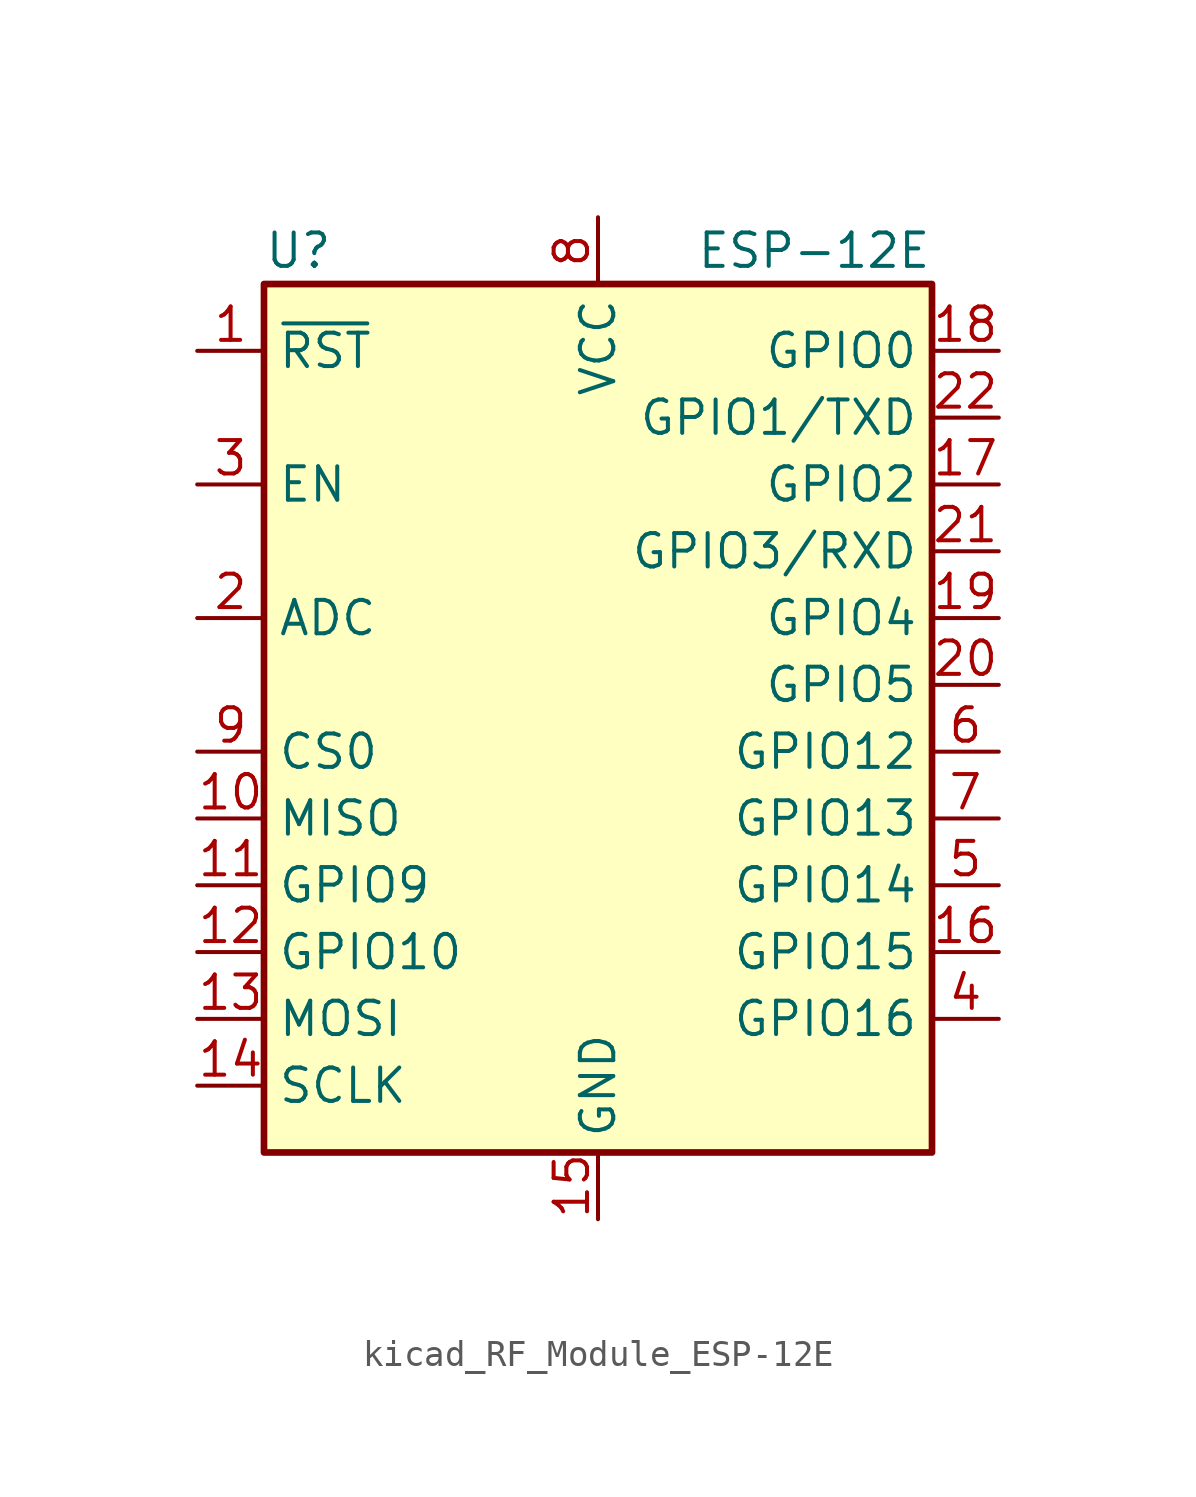
<source format=kicad_sym>
(kicad_symbol_lib
  (version 20220914)
  (generator kicad_symbol_editor)
  (symbol "kicad_RF_Module_ESP-12E"
    (property "Reference" "U"
      (at -12.7 19.05 0)
      (effects (font (size 1.27 1.27)) (justify left)))
    (property "Value" "ESP-12E"
      (at 12.7 19.05 0)
      (effects (font (size 1.27 1.27)) (justify right)))
    (symbol "kicad_RF_Module_ESP-12E_0_1"
      (rectangle (start -12.7 17.78) (end 12.7 -15.24) (stroke (width 0.254) (type default)) (fill (type background))))
    (symbol "kicad_RF_Module_ESP-12E_1_1"
      (pin input line (at -15.24 15.24 0) (length 2.54) (name "~{RST}" (effects (font (size 1.27 1.27)))) (number "1" (effects (font (size 1.27 1.27)))))
      (pin bidirectional line (at -15.24 -2.54 0) (length 2.54) (name "MISO" (effects (font (size 1.27 1.27)))) (number "10" (effects (font (size 1.27 1.27)))))
      (pin bidirectional line (at -15.24 -5.08 0) (length 2.54) (name "GPIO9" (effects (font (size 1.27 1.27)))) (number "11" (effects (font (size 1.27 1.27)))))
      (pin bidirectional line (at -15.24 -7.62 0) (length 2.54) (name "GPIO10" (effects (font (size 1.27 1.27)))) (number "12" (effects (font (size 1.27 1.27)))))
      (pin bidirectional line (at -15.24 -10.16 0) (length 2.54) (name "MOSI" (effects (font (size 1.27 1.27)))) (number "13" (effects (font (size 1.27 1.27)))))
      (pin bidirectional line (at -15.24 -12.7 0) (length 2.54) (name "SCLK" (effects (font (size 1.27 1.27)))) (number "14" (effects (font (size 1.27 1.27)))))
      (pin power_in line (at 0 -17.78 90) (length 2.54) (name "GND" (effects (font (size 1.27 1.27)))) (number "15" (effects (font (size 1.27 1.27)))))
      (pin bidirectional line (at 15.24 -7.62 180) (length 2.54) (name "GPIO15" (effects (font (size 1.27 1.27)))) (number "16" (effects (font (size 1.27 1.27)))))
      (pin bidirectional line (at 15.24 10.16 180) (length 2.54) (name "GPIO2" (effects (font (size 1.27 1.27)))) (number "17" (effects (font (size 1.27 1.27)))))
      (pin bidirectional line (at 15.24 15.24 180) (length 2.54) (name "GPIO0" (effects (font (size 1.27 1.27)))) (number "18" (effects (font (size 1.27 1.27)))))
      (pin bidirectional line (at 15.24 5.08 180) (length 2.54) (name "GPIO4" (effects (font (size 1.27 1.27)))) (number "19" (effects (font (size 1.27 1.27)))))
      (pin input line (at -15.24 5.08 0) (length 2.54) (name "ADC" (effects (font (size 1.27 1.27)))) (number "2" (effects (font (size 1.27 1.27)))))
      (pin bidirectional line (at 15.24 2.54 180) (length 2.54) (name "GPIO5" (effects (font (size 1.27 1.27)))) (number "20" (effects (font (size 1.27 1.27)))))
      (pin bidirectional line (at 15.24 7.62 180) (length 2.54) (name "GPIO3/RXD" (effects (font (size 1.27 1.27)))) (number "21" (effects (font (size 1.27 1.27)))))
      (pin bidirectional line (at 15.24 12.7 180) (length 2.54) (name "GPIO1/TXD" (effects (font (size 1.27 1.27)))) (number "22" (effects (font (size 1.27 1.27)))))
      (pin input line (at -15.24 10.16 0) (length 2.54) (name "EN" (effects (font (size 1.27 1.27)))) (number "3" (effects (font (size 1.27 1.27)))))
      (pin bidirectional line (at 15.24 -10.16 180) (length 2.54) (name "GPIO16" (effects (font (size 1.27 1.27)))) (number "4" (effects (font (size 1.27 1.27)))))
      (pin bidirectional line (at 15.24 -5.08 180) (length 2.54) (name "GPIO14" (effects (font (size 1.27 1.27)))) (number "5" (effects (font (size 1.27 1.27)))))
      (pin bidirectional line (at 15.24 0 180) (length 2.54) (name "GPIO12" (effects (font (size 1.27 1.27)))) (number "6" (effects (font (size 1.27 1.27)))))
      (pin bidirectional line (at 15.24 -2.54 180) (length 2.54) (name "GPIO13" (effects (font (size 1.27 1.27)))) (number "7" (effects (font (size 1.27 1.27)))))
      (pin power_in line (at 0 20.32 270) (length 2.54) (name "VCC" (effects (font (size 1.27 1.27)))) (number "8" (effects (font (size 1.27 1.27)))))
      (pin input line (at -15.24 0 0) (length 2.54) (name "CS0" (effects (font (size 1.27 1.27)))) (number "9" (effects (font (size 1.27 1.27))))))))
</source>
